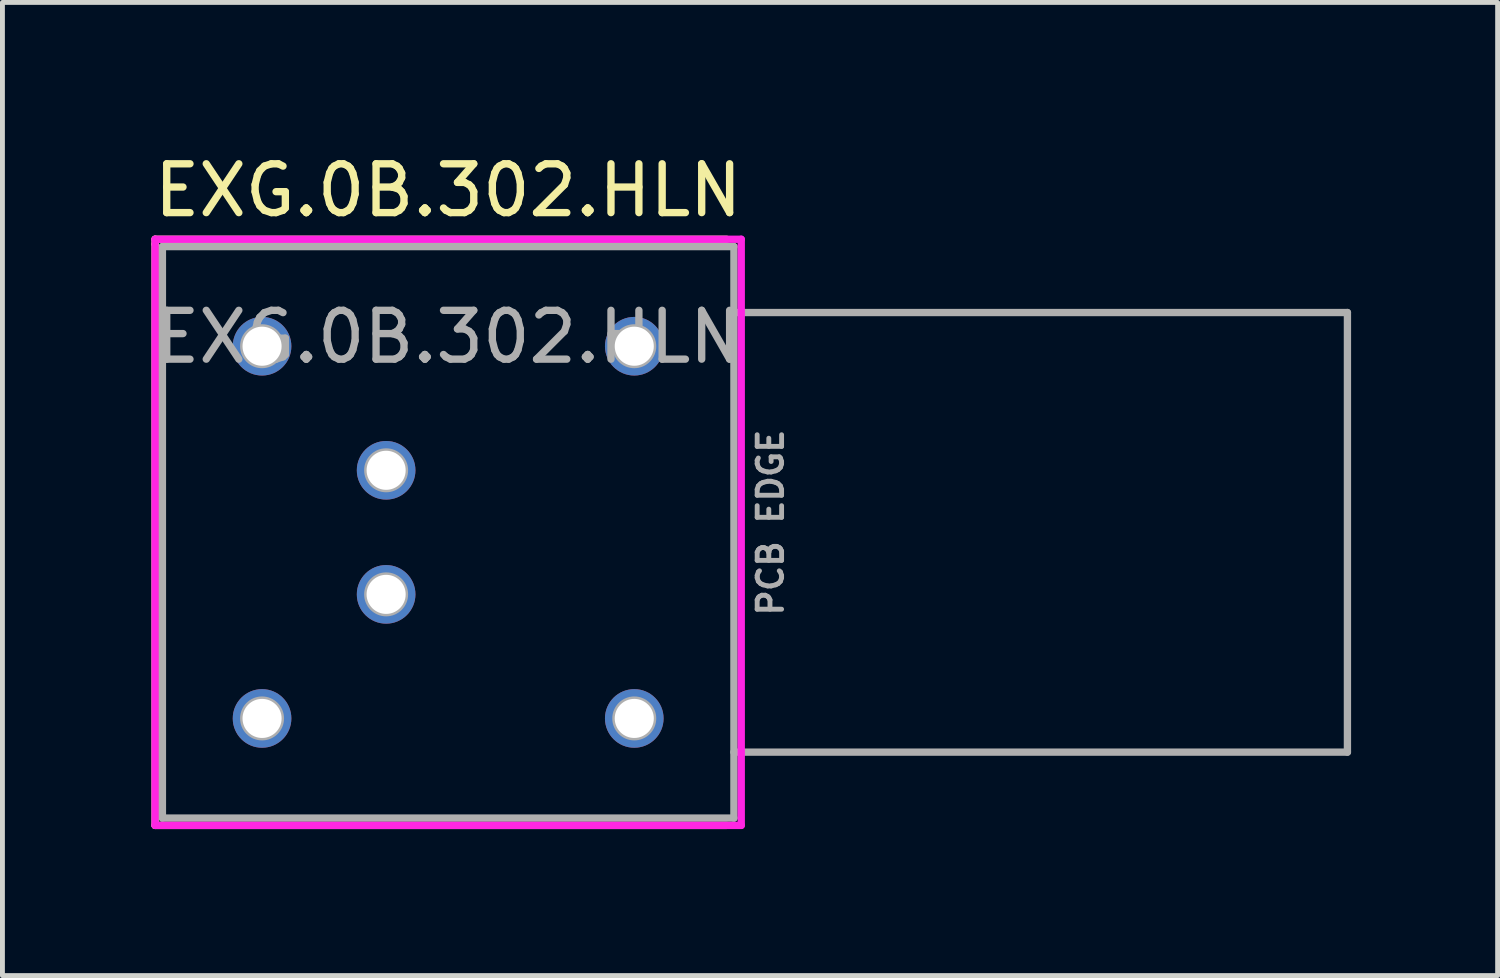
<source format=kicad_pcb>
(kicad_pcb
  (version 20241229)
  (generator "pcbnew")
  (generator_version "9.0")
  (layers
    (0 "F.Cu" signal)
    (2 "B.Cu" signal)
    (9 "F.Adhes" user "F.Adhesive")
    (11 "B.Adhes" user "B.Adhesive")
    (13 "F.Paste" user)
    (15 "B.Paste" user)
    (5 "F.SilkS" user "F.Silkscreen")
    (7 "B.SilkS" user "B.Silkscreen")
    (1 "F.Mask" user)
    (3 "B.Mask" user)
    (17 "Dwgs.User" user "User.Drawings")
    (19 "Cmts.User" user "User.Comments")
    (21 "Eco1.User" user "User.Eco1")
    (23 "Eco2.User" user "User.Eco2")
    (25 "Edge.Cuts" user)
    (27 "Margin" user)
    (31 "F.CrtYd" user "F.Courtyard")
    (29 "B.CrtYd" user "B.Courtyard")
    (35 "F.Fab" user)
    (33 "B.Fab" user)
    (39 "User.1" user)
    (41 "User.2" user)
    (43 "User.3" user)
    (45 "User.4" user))
  (footprint "EXG.0B.302.HLN"
    (layer "F.Cu")
    (at 6.125 7.848)
    (property "Reference" "EXG.0B.302.HLN" (at 0 -7 0) (layer "F.SilkS") (effects (font (size 1 1) (thickness 0.15))))
    (attr through_hole)
    (fp_line (start -6 -6) (end 5.7 -6) (stroke (width 0.15) (type solid)) (layer "F.SilkS"))
    (fp_line (start -6 -5.9) (end -6 -6) (stroke (width 0.15) (type solid)) (layer "F.SilkS"))
    (fp_line (start -6 6) (end -6 -5.9) (stroke (width 0.15) (type solid)) (layer "F.SilkS"))
    (fp_line (start 5.7 6) (end -6 6) (stroke (width 0.15) (type solid)) (layer "F.SilkS"))
    (fp_line (start -6 -6) (end 6 -6) (stroke (width 0.15) (type solid)) (layer "F.CrtYd"))
    (fp_line (start -6 6) (end -6 -6) (stroke (width 0.15) (type solid)) (layer "F.CrtYd"))
    (fp_line (start 6 -6) (end 6 6) (stroke (width 0.15) (type solid)) (layer "F.CrtYd"))
    (fp_line (start 6 6) (end -6 6) (stroke (width 0.15) (type solid)) (layer "F.CrtYd"))
    (fp_line (start -5.85 -5.85) (end -5.85 5.85) (stroke (width 0.15) (type solid)) (layer "F.Fab"))
    (fp_line (start -5.85 -5.85) (end 5.85 -5.85) (stroke (width 0.15) (type solid)) (layer "F.Fab"))
    (fp_line (start -5.85 5.85) (end 5.85 5.85) (stroke (width 0.15) (type solid)) (layer "F.Fab"))
    (fp_line (start 5.85 -5.85) (end 5.85 5.85) (stroke (width 0.15) (type solid)) (layer "F.Fab"))
    (fp_line (start 5.85 -4.5) (end 18.41 -4.5) (stroke (width 0.15) (type solid)) (layer "F.Fab"))
    (fp_line (start 5.85 4.5) (end 18.41 4.5) (stroke (width 0.15) (type solid)) (layer "F.Fab"))
    (fp_line (start 18.41 -4.5) (end 18.41 4.5) (stroke (width 0.15) (type solid)) (layer "F.Fab"))
    (fp_circle (center -3.81 -3.81) (end -3.41 -3.81) (stroke (width 0.1) (type solid)) (fill no) (layer "F.Fab"))
    (fp_circle (center -3.81 3.81) (end -3.41 3.81) (stroke (width 0.1) (type solid)) (fill no) (layer "F.Fab"))
    (fp_circle (center -1.27 -1.27) (end -0.87 -1.27) (stroke (width 0.1) (type solid)) (fill no) (layer "F.Fab"))
    (fp_circle (center -1.27 1.27) (end -0.87 1.27) (stroke (width 0.1) (type solid)) (fill no) (layer "F.Fab"))
    (fp_circle (center 3.81 -3.81) (end 4.21 -3.81) (stroke (width 0.1) (type solid)) (fill no) (layer "F.Fab"))
    (fp_circle (center 3.81 3.81) (end 4.21 3.81) (stroke (width 0.1) (type solid)) (fill no) (layer "F.Fab"))
    (fp_text user "PCB EDGE" (at 6.6 -0.2 90) (layer "F.Fab") (effects (font (size 0.5 0.5) (thickness 0.1))))
    (fp_text user "${REFERENCE}" (at 0 -4 0) (layer "F.Fab") (effects (font (size 1 1) (thickness 0.15))))
    (pad "" thru_hole circle (at -3.81 -3.81) (size 1.2 1.2) (drill 0.8) (layers "*.Cu" "*.Mask"))
    (pad "" thru_hole circle (at -3.81 3.81) (size 1.2 1.2) (drill 0.8) (layers "*.Cu" "*.Mask"))
    (pad "" thru_hole circle (at 3.81 -3.81) (size 1.2 1.2) (drill 0.8) (layers "*.Cu" "*.Mask"))
    (pad "" thru_hole circle (at 3.81 3.81) (size 1.2 1.2) (drill 0.8) (layers "*.Cu" "*.Mask"))
    (pad "1" thru_hole circle (at -1.27 1.27) (size 1.2 1.2) (drill 0.8) (layers "*.Cu" "*.Mask"))
    (pad "2" thru_hole circle (at -1.27 -1.27) (size 1.2 1.2) (drill 0.8) (layers "*.Cu" "*.Mask")))
  (gr_rect
    (start -3 -3)
    (end 27.61 16.923)
    (stroke (width 0.1) (type default))
    (fill no)
    (layer "Edge.Cuts")))
</source>
